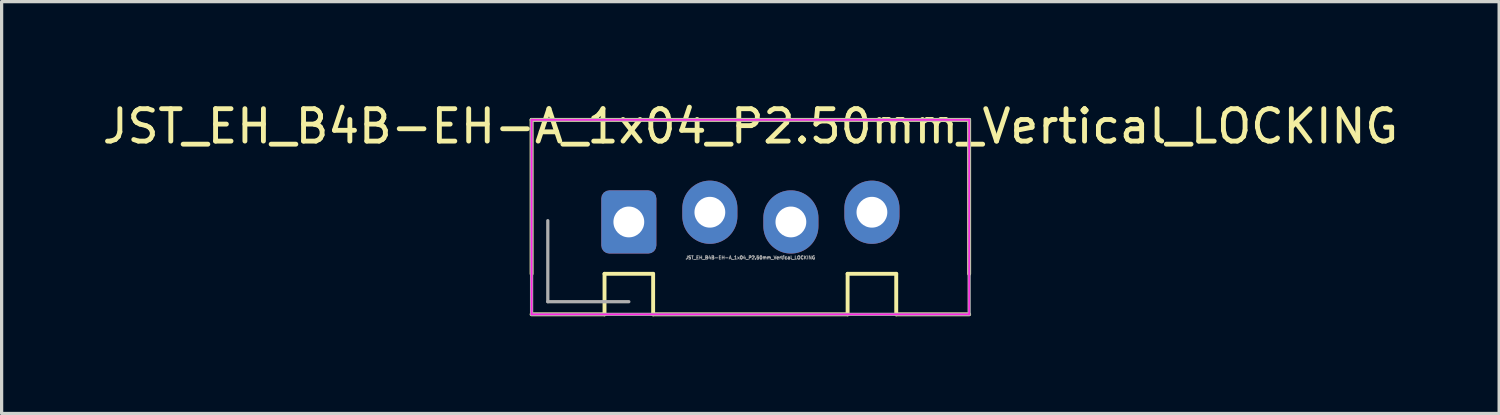
<source format=kicad_pcb>
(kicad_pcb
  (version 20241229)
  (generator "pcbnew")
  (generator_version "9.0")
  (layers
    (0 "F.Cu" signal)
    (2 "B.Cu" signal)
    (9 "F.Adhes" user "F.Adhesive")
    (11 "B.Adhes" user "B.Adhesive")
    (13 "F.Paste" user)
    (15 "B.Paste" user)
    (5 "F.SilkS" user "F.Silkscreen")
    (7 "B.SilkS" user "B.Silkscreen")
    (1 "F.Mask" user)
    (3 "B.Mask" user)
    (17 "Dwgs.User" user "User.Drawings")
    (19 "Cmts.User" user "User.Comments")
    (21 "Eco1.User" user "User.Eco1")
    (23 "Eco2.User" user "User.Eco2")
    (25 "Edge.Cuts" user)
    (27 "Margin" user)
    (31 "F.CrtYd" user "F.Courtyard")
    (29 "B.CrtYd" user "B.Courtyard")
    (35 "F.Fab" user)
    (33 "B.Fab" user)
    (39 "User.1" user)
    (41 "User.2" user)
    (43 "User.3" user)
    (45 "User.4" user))
  (footprint "JST_EH_B4B-EH-A_1x04_P2.50mm_Vertical_LOCKING"
    (layer "F.Cu")
    (at 16.351 3.648)
    (property "Reference" "JST_EH_B4B-EH-A_1x04_P2.50mm_Vertical_LOCKING" (at 3.75 -2.8 0) (layer "F.SilkS") (effects (font (size 1 1) (thickness 0.15))))
    (attr through_hole)
    (fp_line (start -3 -3) (end 10.5 -3) (stroke (width 0.12) (type solid)) (layer "F.SilkS"))
    (fp_line (start -3 1.75) (end -3 -3) (stroke (width 0.12) (type solid)) (layer "F.SilkS"))
    (fp_line (start -3 3) (end -0.75 3) (stroke (width 0.12) (type solid)) (layer "F.SilkS"))
    (fp_line (start -0.75 1.75) (end 0.75 1.75) (stroke (width 0.12) (type solid)) (layer "F.SilkS"))
    (fp_line (start -0.75 3) (end -0.75 1.75) (stroke (width 0.12) (type solid)) (layer "F.SilkS"))
    (fp_line (start 0.75 1.75) (end 0.75 3) (stroke (width 0.12) (type solid)) (layer "F.SilkS"))
    (fp_line (start 0.75 3) (end 6.75 3) (stroke (width 0.12) (type solid)) (layer "F.SilkS"))
    (fp_line (start 6.75 1.75) (end 8.25 1.75) (stroke (width 0.12) (type solid)) (layer "F.SilkS"))
    (fp_line (start 6.75 3) (end 6.75 1.75) (stroke (width 0.12) (type solid)) (layer "F.SilkS"))
    (fp_line (start 8.25 1.75) (end 8.25 3) (stroke (width 0.12) (type solid)) (layer "F.SilkS"))
    (fp_line (start 8.25 3) (end 10.5 3) (stroke (width 0.12) (type solid)) (layer "F.SilkS"))
    (fp_line (start 10.5 1.75) (end 10.5 -3) (stroke (width 0.12) (type solid)) (layer "F.SilkS"))
    (fp_line (start -3 -3) (end -3 3) (stroke (width 0.05) (type solid)) (layer "F.CrtYd"))
    (fp_line (start -3 3) (end 10.5 3) (stroke (width 0.05) (type solid)) (layer "F.CrtYd"))
    (fp_line (start 10.5 -3) (end -3 -3) (stroke (width 0.05) (type solid)) (layer "F.CrtYd"))
    (fp_line (start 10.5 3) (end 10.5 -3) (stroke (width 0.05) (type solid)) (layer "F.CrtYd"))
    (fp_line (start -3 -3) (end -3 3) (stroke (width 0.1) (type solid)) (layer "F.Fab"))
    (fp_line (start -3 3) (end 10.5 3) (stroke (width 0.1) (type solid)) (layer "F.Fab"))
    (fp_line (start -2.5 0.11) (end -2.5 2.61) (stroke (width 0.1) (type solid)) (layer "F.Fab"))
    (fp_line (start -2.5 2.61) (end 0 2.61) (stroke (width 0.1) (type solid)) (layer "F.Fab"))
    (fp_line (start 10.5 -3) (end -3 -3) (stroke (width 0.1) (type solid)) (layer "F.Fab"))
    (fp_line (start 10.5 3) (end 10.5 -3) (stroke (width 0.1) (type solid)) (layer "F.Fab"))
    (fp_text user "${REFERENCE}" (at 3.75 1.25 0) (layer "F.Fab") (effects (font (size 0.1 0.1) (thickness 0.025))))
    (pad "1" thru_hole roundrect (at 0 0.15) (size 1.7 1.95) (drill 0.95) (layers "*.Cu" "*.Mask") (roundrect_rratio 0.147))
    (pad "2" thru_hole oval (at 2.5 -0.15) (size 1.7 1.95) (drill 0.95) (layers "*.Cu" "*.Mask"))
    (pad "3" thru_hole oval (at 5 0.15) (size 1.7 1.95) (drill 0.95) (layers "*.Cu" "*.Mask"))
    (pad "4" thru_hole oval (at 7.5 -0.15) (size 1.7 1.95) (drill 0.95) (layers "*.Cu" "*.Mask")))
  (gr_rect
    (start -3 -3)
    (end 43.202 9.708)
    (stroke (width 0.1) (type default))
    (fill no)
    (layer "Edge.Cuts")))
</source>
